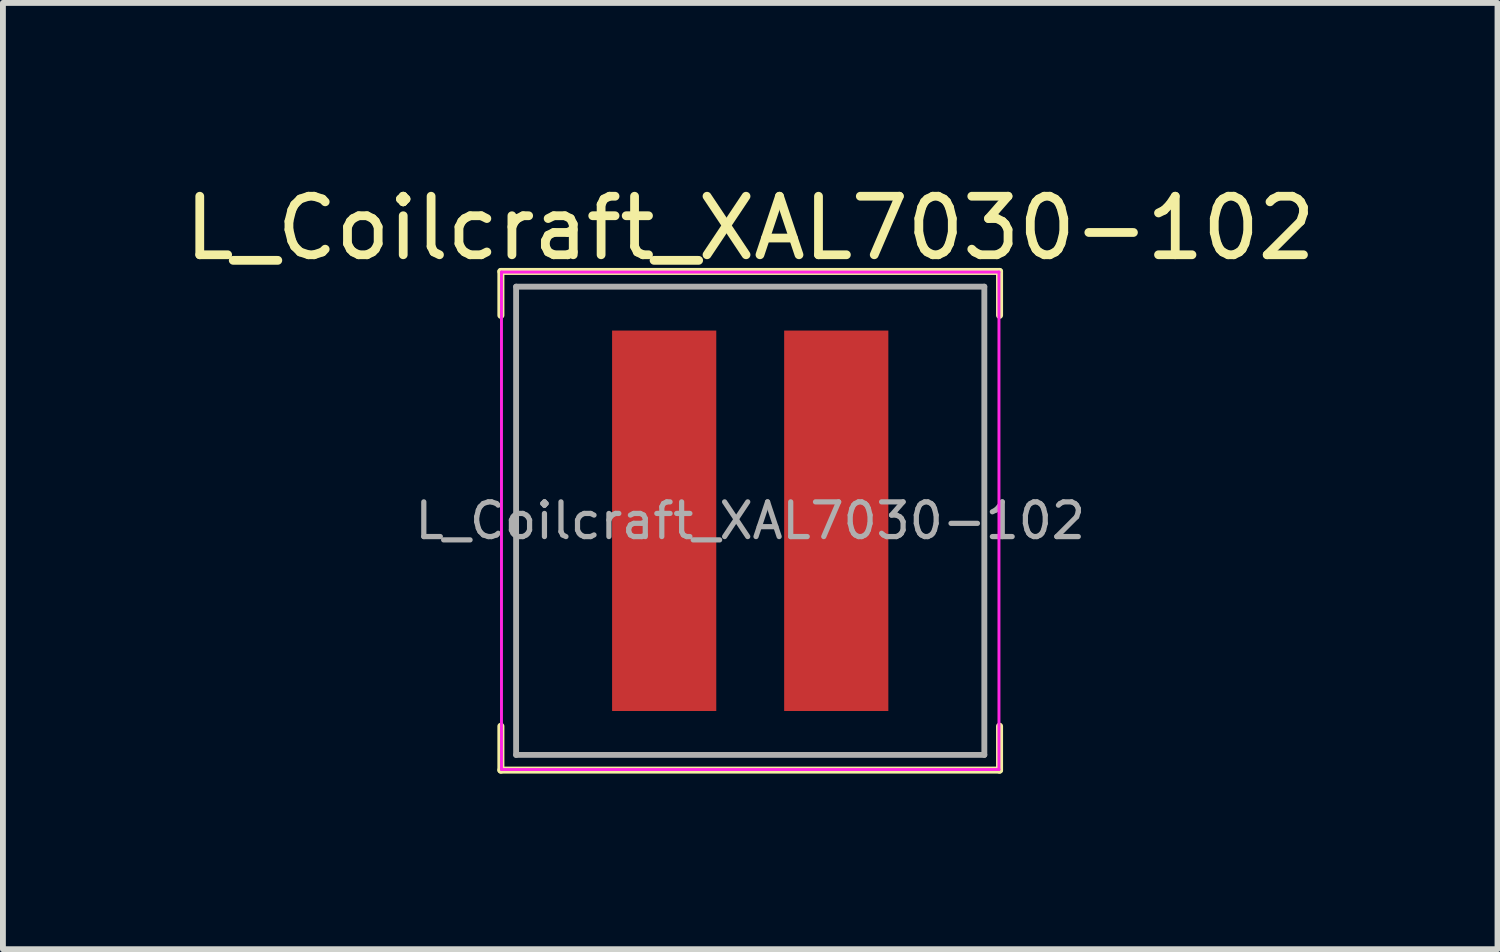
<source format=kicad_pcb>
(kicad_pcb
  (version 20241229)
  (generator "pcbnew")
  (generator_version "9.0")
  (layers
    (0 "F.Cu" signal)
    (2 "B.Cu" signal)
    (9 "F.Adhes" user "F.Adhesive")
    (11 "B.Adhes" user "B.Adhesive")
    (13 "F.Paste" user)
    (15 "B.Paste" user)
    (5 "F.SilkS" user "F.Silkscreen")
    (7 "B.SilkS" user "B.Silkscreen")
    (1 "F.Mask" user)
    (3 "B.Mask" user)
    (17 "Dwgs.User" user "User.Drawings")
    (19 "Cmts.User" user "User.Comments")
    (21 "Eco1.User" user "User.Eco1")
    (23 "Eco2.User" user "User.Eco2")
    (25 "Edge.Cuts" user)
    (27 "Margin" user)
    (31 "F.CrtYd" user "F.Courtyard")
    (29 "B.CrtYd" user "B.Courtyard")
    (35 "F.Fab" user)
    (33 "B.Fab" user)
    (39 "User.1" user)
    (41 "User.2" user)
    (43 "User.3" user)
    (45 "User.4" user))
  (footprint "L_Coilcraft_XAL7030-102"
    (layer "F.Cu")
    (at 9.768 5.848)
    (property "Reference" "L_Coilcraft_XAL7030-102" (at 0 -5 0) (layer "F.SilkS") (effects (font (size 1 1) (thickness 0.15))))
    (attr smd)
    (fp_line (start -4.26 -4.26) (end -4.26 -3.51) (stroke (width 0.12) (type solid)) (layer "F.SilkS"))
    (fp_line (start -4.26 -4.26) (end 4.26 -4.26) (stroke (width 0.12) (type solid)) (layer "F.SilkS"))
    (fp_line (start -4.26 4.26) (end -4.26 3.51) (stroke (width 0.12) (type solid)) (layer "F.SilkS"))
    (fp_line (start -4.26 4.26) (end 4.26 4.26) (stroke (width 0.12) (type solid)) (layer "F.SilkS"))
    (fp_line (start 4.26 -4.26) (end 4.26 -3.51) (stroke (width 0.12) (type solid)) (layer "F.SilkS"))
    (fp_line (start 4.26 4.26) (end 4.26 3.51) (stroke (width 0.12) (type solid)) (layer "F.SilkS"))
    (fp_line (start -4.25 -4.25) (end -4.25 4.25) (stroke (width 0.05) (type solid)) (layer "F.CrtYd"))
    (fp_line (start -4.25 4.25) (end 4.25 4.25) (stroke (width 0.05) (type solid)) (layer "F.CrtYd"))
    (fp_line (start 4.25 -4.25) (end -4.25 -4.25) (stroke (width 0.05) (type solid)) (layer "F.CrtYd"))
    (fp_line (start 4.25 4.25) (end 4.25 -4.25) (stroke (width 0.05) (type solid)) (layer "F.CrtYd"))
    (fp_line (start -4 -4) (end -4 4) (stroke (width 0.1) (type solid)) (layer "F.Fab"))
    (fp_line (start -4 4) (end 4 4) (stroke (width 0.1) (type solid)) (layer "F.Fab"))
    (fp_line (start 4 -4) (end -4 -4) (stroke (width 0.1) (type solid)) (layer "F.Fab"))
    (fp_line (start 4 4) (end 4 -4) (stroke (width 0.1) (type solid)) (layer "F.Fab"))
    (fp_text user "${REFERENCE}" (at 0 0 0) (layer "F.Fab") (effects (font (size 0.593 0.593) (thickness 0.089))))
    (pad "1" smd rect (at -1.47 0) (size 1.78 6.5) (layers "F.Cu" "F.Mask" "F.Paste"))
    (pad "2" smd rect (at 1.47 0) (size 1.78 6.5) (layers "F.Cu" "F.Mask" "F.Paste")))
  (gr_rect
    (start -3 -3)
    (end 22.536 13.168)
    (stroke (width 0.1) (type default))
    (fill no)
    (layer "Edge.Cuts")))
</source>
